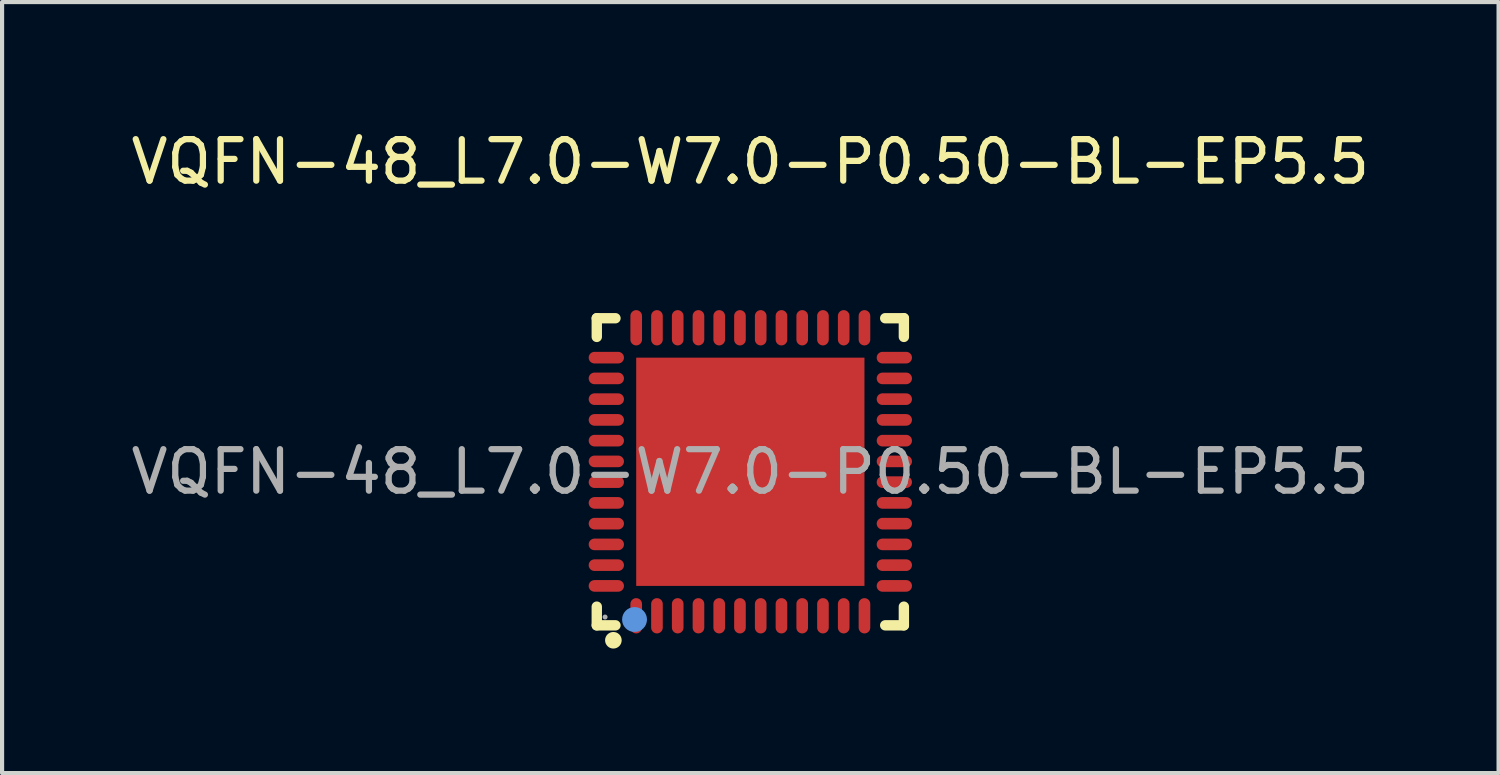
<source format=kicad_pcb>
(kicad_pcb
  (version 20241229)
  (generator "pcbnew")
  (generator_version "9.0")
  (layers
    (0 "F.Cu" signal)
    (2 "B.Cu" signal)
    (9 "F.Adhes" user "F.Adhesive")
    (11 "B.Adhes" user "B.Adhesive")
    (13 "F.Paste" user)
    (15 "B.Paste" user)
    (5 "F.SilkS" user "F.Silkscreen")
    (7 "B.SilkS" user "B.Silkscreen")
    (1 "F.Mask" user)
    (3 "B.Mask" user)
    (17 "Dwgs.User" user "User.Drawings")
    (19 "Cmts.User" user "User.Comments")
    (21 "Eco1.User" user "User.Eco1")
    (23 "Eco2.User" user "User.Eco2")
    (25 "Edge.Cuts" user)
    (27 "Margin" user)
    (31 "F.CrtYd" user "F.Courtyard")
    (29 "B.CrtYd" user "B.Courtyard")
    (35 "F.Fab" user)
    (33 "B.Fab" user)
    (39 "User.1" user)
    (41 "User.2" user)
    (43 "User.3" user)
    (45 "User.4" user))
  (footprint "VQFN-48_L7.0-W7.0-P0.50-BL-EP5.5"
    (layer "F.Cu")
    (at 15.03 8.318)
    (property "Reference" "VQFN-48_L7.0-W7.0-P0.50-BL-EP5.5" (at 0 -7.47 0) (layer "F.SilkS") (effects (font (size 1 1) (thickness 0.15))))
    (attr smd)
    (fp_line (start -3.7 -3.7) (end -3.25 -3.7) (stroke (width 0.25) (type solid)) (layer "F.SilkS"))
    (fp_line (start -3.7 -3.25) (end -3.7 -3.7) (stroke (width 0.25) (type solid)) (layer "F.SilkS"))
    (fp_line (start -3.7 3.7) (end -3.7 3.25) (stroke (width 0.25) (type solid)) (layer "F.SilkS"))
    (fp_line (start -3.25 3.7) (end -3.7 3.7) (stroke (width 0.25) (type solid)) (layer "F.SilkS"))
    (fp_line (start 3.25 3.7) (end 3.7 3.7) (stroke (width 0.25) (type solid)) (layer "F.SilkS"))
    (fp_line (start 3.7 -3.7) (end 3.25 -3.7) (stroke (width 0.25) (type solid)) (layer "F.SilkS"))
    (fp_line (start 3.7 -3.25) (end 3.7 -3.7) (stroke (width 0.25) (type solid)) (layer "F.SilkS"))
    (fp_line (start 3.7 3.7) (end 3.7 3.25) (stroke (width 0.25) (type solid)) (layer "F.SilkS"))
    (fp_circle (center -3.3 4.06) (end -3.2 4.06) (stroke (width 0.2) (type solid)) (fill no) (layer "F.SilkS"))
    (fp_circle (center -2.79 3.56) (end -2.64 3.56) (stroke (width 0.3) (type solid)) (fill no) (layer "Cmts.User"))
    (fp_circle (center -3.5 3.5) (end -3.47 3.5) (stroke (width 0.06) (type solid)) (fill no) (layer "F.Fab"))
    (fp_text user "${REFERENCE}" (at 0 0 0) (layer "F.Fab") (effects (font (size 1 1) (thickness 0.15))))
    (pad "1" smd oval (at -2.75 3.47) (size 0.28 0.85) (layers "F.Cu" "F.Mask" "F.Paste"))
    (pad "2" smd oval (at -2.25 3.47) (size 0.28 0.85) (layers "F.Cu" "F.Mask" "F.Paste"))
    (pad "3" smd oval (at -1.75 3.47) (size 0.28 0.85) (layers "F.Cu" "F.Mask" "F.Paste"))
    (pad "4" smd oval (at -1.25 3.47) (size 0.28 0.85) (layers "F.Cu" "F.Mask" "F.Paste"))
    (pad "5" smd oval (at -0.75 3.47) (size 0.28 0.85) (layers "F.Cu" "F.Mask" "F.Paste"))
    (pad "6" smd oval (at -0.25 3.47) (size 0.28 0.85) (layers "F.Cu" "F.Mask" "F.Paste"))
    (pad "7" smd oval (at 0.25 3.47) (size 0.28 0.85) (layers "F.Cu" "F.Mask" "F.Paste"))
    (pad "8" smd oval (at 0.75 3.47) (size 0.28 0.85) (layers "F.Cu" "F.Mask" "F.Paste"))
    (pad "9" smd oval (at 1.25 3.47) (size 0.28 0.85) (layers "F.Cu" "F.Mask" "F.Paste"))
    (pad "10" smd oval (at 1.75 3.47) (size 0.28 0.85) (layers "F.Cu" "F.Mask" "F.Paste"))
    (pad "11" smd oval (at 2.25 3.47) (size 0.28 0.85) (layers "F.Cu" "F.Mask" "F.Paste"))
    (pad "12" smd oval (at 2.75 3.47) (size 0.28 0.85) (layers "F.Cu" "F.Mask" "F.Paste"))
    (pad "13" smd oval (at 3.47 2.75) (size 0.85 0.28) (layers "F.Cu" "F.Mask" "F.Paste"))
    (pad "14" smd oval (at 3.47 2.25) (size 0.85 0.28) (layers "F.Cu" "F.Mask" "F.Paste"))
    (pad "15" smd oval (at 3.47 1.75) (size 0.85 0.28) (layers "F.Cu" "F.Mask" "F.Paste"))
    (pad "16" smd oval (at 3.47 1.25) (size 0.85 0.28) (layers "F.Cu" "F.Mask" "F.Paste"))
    (pad "17" smd oval (at 3.47 0.75) (size 0.85 0.28) (layers "F.Cu" "F.Mask" "F.Paste"))
    (pad "18" smd oval (at 3.47 0.25) (size 0.85 0.28) (layers "F.Cu" "F.Mask" "F.Paste"))
    (pad "19" smd oval (at 3.47 -0.25) (size 0.85 0.28) (layers "F.Cu" "F.Mask" "F.Paste"))
    (pad "20" smd oval (at 3.47 -0.75) (size 0.85 0.28) (layers "F.Cu" "F.Mask" "F.Paste"))
    (pad "21" smd oval (at 3.47 -1.25) (size 0.85 0.28) (layers "F.Cu" "F.Mask" "F.Paste"))
    (pad "22" smd oval (at 3.47 -1.75) (size 0.85 0.28) (layers "F.Cu" "F.Mask" "F.Paste"))
    (pad "23" smd oval (at 3.47 -2.25) (size 0.85 0.28) (layers "F.Cu" "F.Mask" "F.Paste"))
    (pad "24" smd oval (at 3.47 -2.75) (size 0.85 0.28) (layers "F.Cu" "F.Mask" "F.Paste"))
    (pad "25" smd oval (at 2.75 -3.47) (size 0.28 0.85) (layers "F.Cu" "F.Mask" "F.Paste"))
    (pad "26" smd oval (at 2.25 -3.47) (size 0.28 0.85) (layers "F.Cu" "F.Mask" "F.Paste"))
    (pad "27" smd oval (at 1.75 -3.47) (size 0.28 0.85) (layers "F.Cu" "F.Mask" "F.Paste"))
    (pad "28" smd oval (at 1.25 -3.47) (size 0.28 0.85) (layers "F.Cu" "F.Mask" "F.Paste"))
    (pad "29" smd oval (at 0.75 -3.47) (size 0.28 0.85) (layers "F.Cu" "F.Mask" "F.Paste"))
    (pad "30" smd oval (at 0.25 -3.47) (size 0.28 0.85) (layers "F.Cu" "F.Mask" "F.Paste"))
    (pad "31" smd oval (at -0.25 -3.47) (size 0.28 0.85) (layers "F.Cu" "F.Mask" "F.Paste"))
    (pad "32" smd oval (at -0.75 -3.47) (size 0.28 0.85) (layers "F.Cu" "F.Mask" "F.Paste"))
    (pad "33" smd oval (at -1.25 -3.47) (size 0.28 0.85) (layers "F.Cu" "F.Mask" "F.Paste"))
    (pad "34" smd oval (at -1.75 -3.47) (size 0.28 0.85) (layers "F.Cu" "F.Mask" "F.Paste"))
    (pad "35" smd oval (at -2.25 -3.47) (size 0.28 0.85) (layers "F.Cu" "F.Mask" "F.Paste"))
    (pad "36" smd oval (at -2.75 -3.47) (size 0.28 0.85) (layers "F.Cu" "F.Mask" "F.Paste"))
    (pad "37" smd oval (at -3.47 -2.75) (size 0.85 0.28) (layers "F.Cu" "F.Mask" "F.Paste"))
    (pad "38" smd oval (at -3.47 -2.25) (size 0.85 0.28) (layers "F.Cu" "F.Mask" "F.Paste"))
    (pad "39" smd oval (at -3.47 -1.75) (size 0.85 0.28) (layers "F.Cu" "F.Mask" "F.Paste"))
    (pad "40" smd oval (at -3.47 -1.25) (size 0.85 0.28) (layers "F.Cu" "F.Mask" "F.Paste"))
    (pad "41" smd oval (at -3.47 -0.75) (size 0.85 0.28) (layers "F.Cu" "F.Mask" "F.Paste"))
    (pad "42" smd oval (at -3.47 -0.25) (size 0.85 0.28) (layers "F.Cu" "F.Mask" "F.Paste"))
    (pad "43" smd oval (at -3.47 0.25) (size 0.85 0.28) (layers "F.Cu" "F.Mask" "F.Paste"))
    (pad "44" smd oval (at -3.47 0.75) (size 0.85 0.28) (layers "F.Cu" "F.Mask" "F.Paste"))
    (pad "45" smd oval (at -3.47 1.25) (size 0.85 0.28) (layers "F.Cu" "F.Mask" "F.Paste"))
    (pad "46" smd oval (at -3.47 1.75) (size 0.85 0.28) (layers "F.Cu" "F.Mask" "F.Paste"))
    (pad "47" smd oval (at -3.47 2.25) (size 0.85 0.28) (layers "F.Cu" "F.Mask" "F.Paste"))
    (pad "48" smd oval (at -3.47 2.75) (size 0.85 0.28) (layers "F.Cu" "F.Mask" "F.Paste"))
    (pad "49" smd rect (at 0 0) (size 5.5 5.5) (layers "F.Cu" "F.Mask" "F.Paste")))
  (gr_rect
    (start -3 -3)
    (end 33.06 15.578)
    (stroke (width 0.1) (type default))
    (fill no)
    (layer "Edge.Cuts")))
</source>
